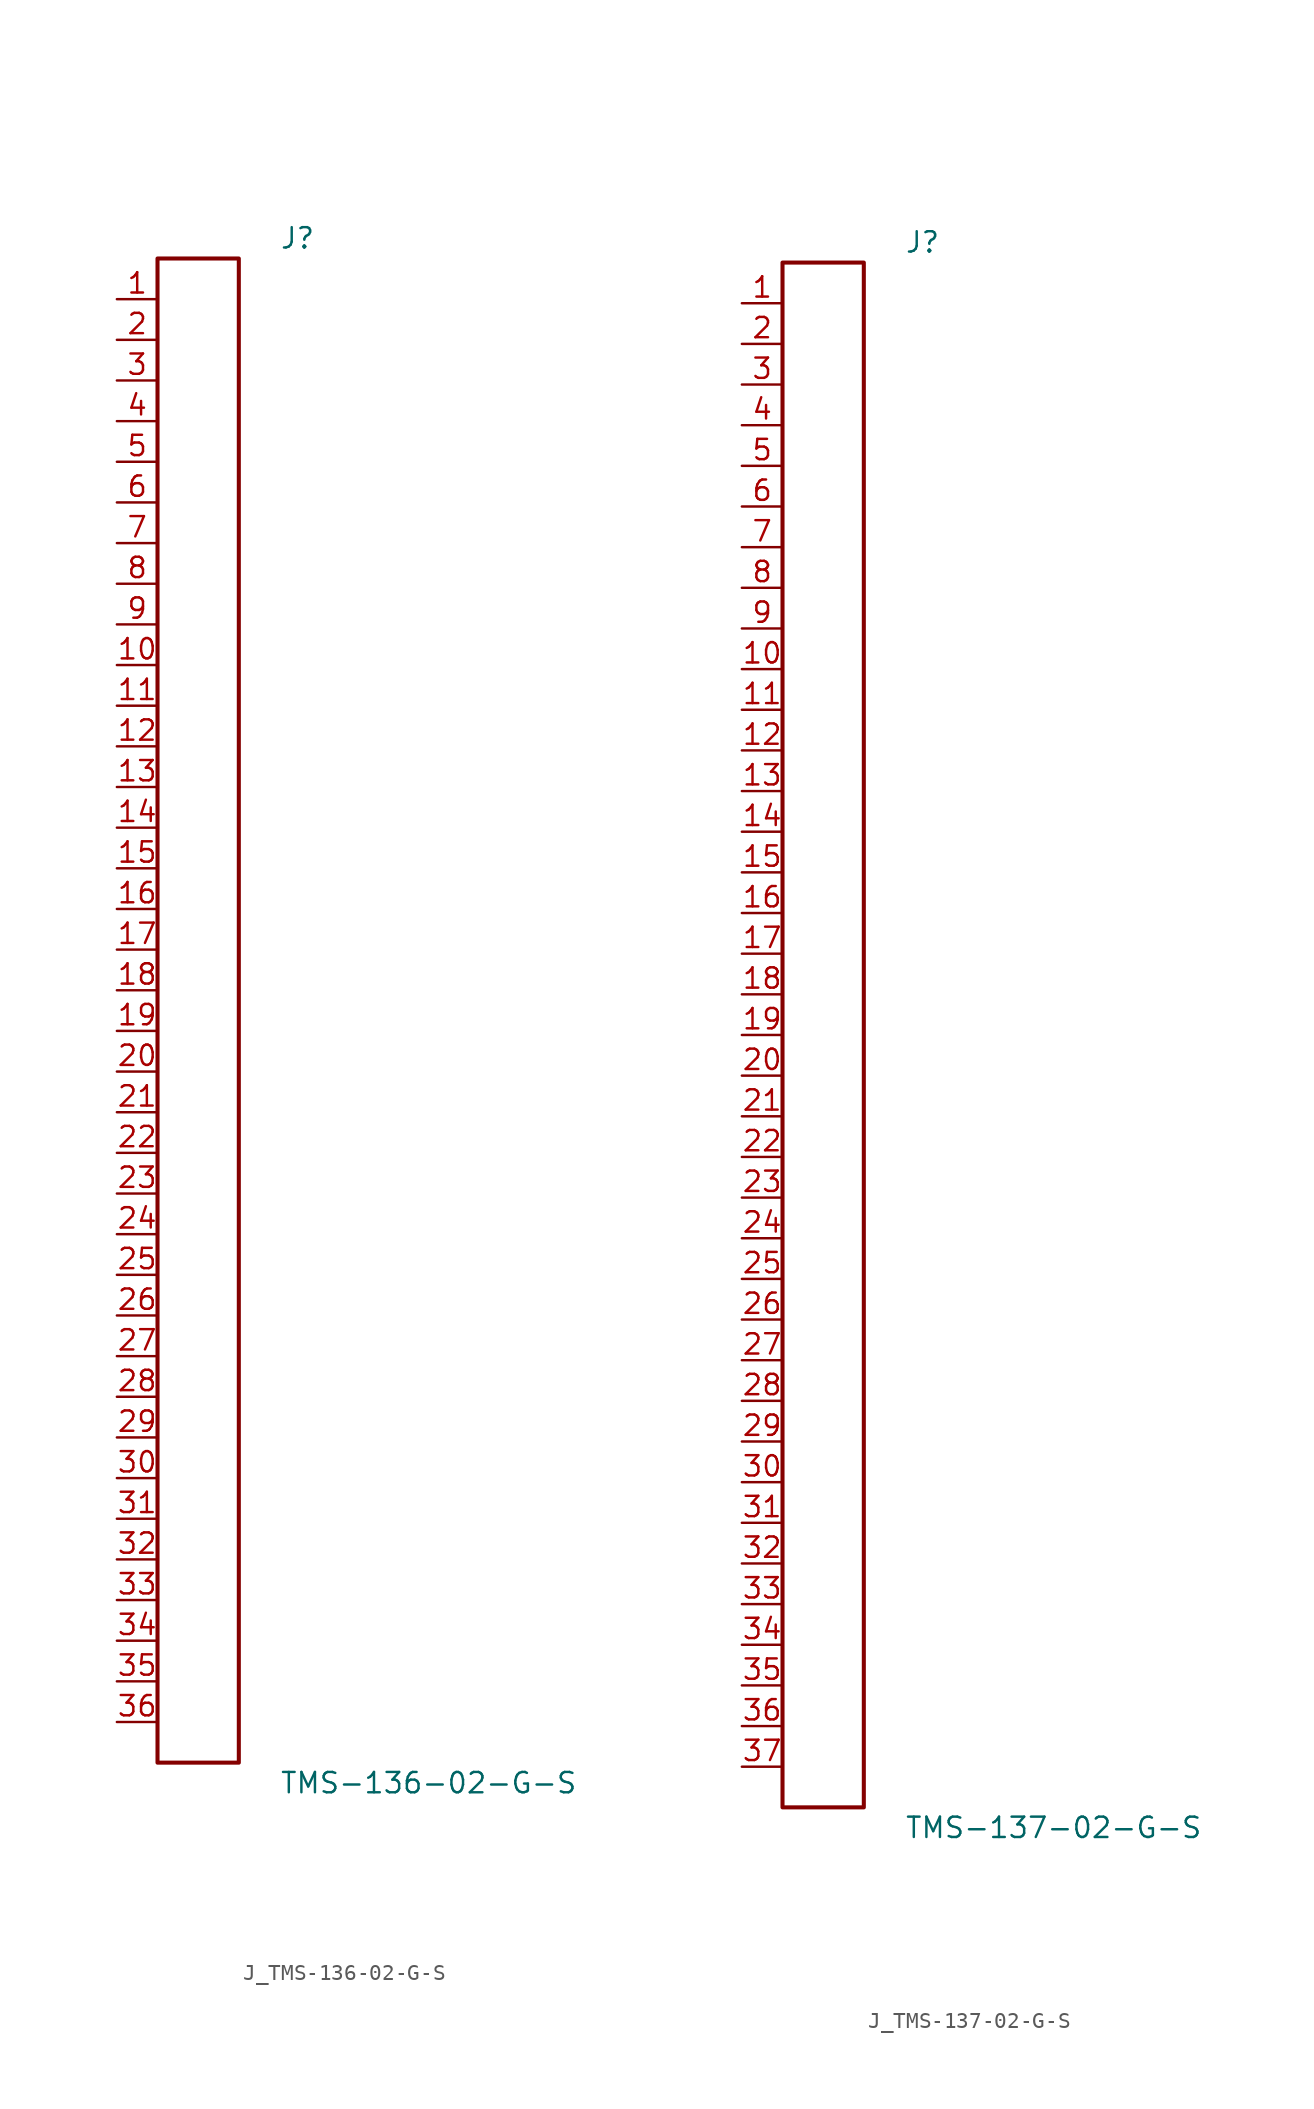
<source format=kicad_sym>
(kicad_symbol_lib
  (version 20231120)
  (generator kicad_symbol_editor)
  (generator_version 8.0)
  (symbol "J_TMS-136-02-G-S"
    (pin_names
      (offset 0.254))
    (property "Reference" "J"
      (at 5.08 48.26 0)
      (effects (font (size 1.27 1.27)) (justify left)))
    (property "Value" "TMS-136-02-G-S"
      (at 5.08 -48.26 0)
      (effects (font (size 1.27 1.27)) (justify left)))
    (symbol "J_TMS-136-02-G-S_0_0"
      (pin passive line (at -5.08 44.45 0) (length 2.54) (name "" (effects (font (size 1.27 1.27)))) (number "1" (effects (font (size 1.27 1.27)))))
      (pin passive line (at -5.08 41.91 0) (length 2.54) (name "" (effects (font (size 1.27 1.27)))) (number "2" (effects (font (size 1.27 1.27)))))
      (pin passive line (at -5.08 39.37 0) (length 2.54) (name "" (effects (font (size 1.27 1.27)))) (number "3" (effects (font (size 1.27 1.27)))))
      (pin passive line (at -5.08 36.83 0) (length 2.54) (name "" (effects (font (size 1.27 1.27)))) (number "4" (effects (font (size 1.27 1.27)))))
      (pin passive line (at -5.08 34.29 0) (length 2.54) (name "" (effects (font (size 1.27 1.27)))) (number "5" (effects (font (size 1.27 1.27)))))
      (pin passive line (at -5.08 31.75 0) (length 2.54) (name "" (effects (font (size 1.27 1.27)))) (number "6" (effects (font (size 1.27 1.27)))))
      (pin passive line (at -5.08 29.21 0) (length 2.54) (name "" (effects (font (size 1.27 1.27)))) (number "7" (effects (font (size 1.27 1.27)))))
      (pin passive line (at -5.08 26.67 0) (length 2.54) (name "" (effects (font (size 1.27 1.27)))) (number "8" (effects (font (size 1.27 1.27)))))
      (pin passive line (at -5.08 24.13 0) (length 2.54) (name "" (effects (font (size 1.27 1.27)))) (number "9" (effects (font (size 1.27 1.27)))))
      (pin passive line (at -5.08 21.59 0) (length 2.54) (name "" (effects (font (size 1.27 1.27)))) (number "10" (effects (font (size 1.27 1.27)))))
      (pin passive line (at -5.08 19.05 0) (length 2.54) (name "" (effects (font (size 1.27 1.27)))) (number "11" (effects (font (size 1.27 1.27)))))
      (pin passive line (at -5.08 16.51 0) (length 2.54) (name "" (effects (font (size 1.27 1.27)))) (number "12" (effects (font (size 1.27 1.27)))))
      (pin passive line (at -5.08 13.97 0) (length 2.54) (name "" (effects (font (size 1.27 1.27)))) (number "13" (effects (font (size 1.27 1.27)))))
      (pin passive line (at -5.08 11.43 0) (length 2.54) (name "" (effects (font (size 1.27 1.27)))) (number "14" (effects (font (size 1.27 1.27)))))
      (pin passive line (at -5.08 8.89 0) (length 2.54) (name "" (effects (font (size 1.27 1.27)))) (number "15" (effects (font (size 1.27 1.27)))))
      (pin passive line (at -5.08 6.35 0) (length 2.54) (name "" (effects (font (size 1.27 1.27)))) (number "16" (effects (font (size 1.27 1.27)))))
      (pin passive line (at -5.08 3.81 0) (length 2.54) (name "" (effects (font (size 1.27 1.27)))) (number "17" (effects (font (size 1.27 1.27)))))
      (pin passive line (at -5.08 1.27 0) (length 2.54) (name "" (effects (font (size 1.27 1.27)))) (number "18" (effects (font (size 1.27 1.27)))))
      (pin passive line (at -5.08 -1.27 0) (length 2.54) (name "" (effects (font (size 1.27 1.27)))) (number "19" (effects (font (size 1.27 1.27)))))
      (pin passive line (at -5.08 -3.81 0) (length 2.54) (name "" (effects (font (size 1.27 1.27)))) (number "20" (effects (font (size 1.27 1.27)))))
      (pin passive line (at -5.08 -6.35 0) (length 2.54) (name "" (effects (font (size 1.27 1.27)))) (number "21" (effects (font (size 1.27 1.27)))))
      (pin passive line (at -5.08 -8.89 0) (length 2.54) (name "" (effects (font (size 1.27 1.27)))) (number "22" (effects (font (size 1.27 1.27)))))
      (pin passive line (at -5.08 -11.43 0) (length 2.54) (name "" (effects (font (size 1.27 1.27)))) (number "23" (effects (font (size 1.27 1.27)))))
      (pin passive line (at -5.08 -13.97 0) (length 2.54) (name "" (effects (font (size 1.27 1.27)))) (number "24" (effects (font (size 1.27 1.27)))))
      (pin passive line (at -5.08 -16.51 0) (length 2.54) (name "" (effects (font (size 1.27 1.27)))) (number "25" (effects (font (size 1.27 1.27)))))
      (pin passive line (at -5.08 -19.05 0) (length 2.54) (name "" (effects (font (size 1.27 1.27)))) (number "26" (effects (font (size 1.27 1.27)))))
      (pin passive line (at -5.08 -21.59 0) (length 2.54) (name "" (effects (font (size 1.27 1.27)))) (number "27" (effects (font (size 1.27 1.27)))))
      (pin passive line (at -5.08 -24.13 0) (length 2.54) (name "" (effects (font (size 1.27 1.27)))) (number "28" (effects (font (size 1.27 1.27)))))
      (pin passive line (at -5.08 -26.67 0) (length 2.54) (name "" (effects (font (size 1.27 1.27)))) (number "29" (effects (font (size 1.27 1.27)))))
      (pin passive line (at -5.08 -29.21 0) (length 2.54) (name "" (effects (font (size 1.27 1.27)))) (number "30" (effects (font (size 1.27 1.27)))))
      (pin passive line (at -5.08 -31.75 0) (length 2.54) (name "" (effects (font (size 1.27 1.27)))) (number "31" (effects (font (size 1.27 1.27)))))
      (pin passive line (at -5.08 -34.29 0) (length 2.54) (name "" (effects (font (size 1.27 1.27)))) (number "32" (effects (font (size 1.27 1.27)))))
      (pin passive line (at -5.08 -36.83 0) (length 2.54) (name "" (effects (font (size 1.27 1.27)))) (number "33" (effects (font (size 1.27 1.27)))))
      (pin passive line (at -5.08 -39.37 0) (length 2.54) (name "" (effects (font (size 1.27 1.27)))) (number "34" (effects (font (size 1.27 1.27)))))
      (pin passive line (at -5.08 -41.91 0) (length 2.54) (name "" (effects (font (size 1.27 1.27)))) (number "35" (effects (font (size 1.27 1.27)))))
      (pin passive line (at -5.08 -44.45 0) (length 2.54) (name "" (effects (font (size 1.27 1.27)))) (number "36" (effects (font (size 1.27 1.27))))))
    (symbol "J_TMS-136-02-G-S_1_0"
      (rectangle (start -2.54 46.99) (end 2.54 -46.99) (stroke (width 0.254) (type solid)) (fill (type none)))))
  (symbol "J_TMS-137-02-G-S"
    (pin_names
      (offset 0.254))
    (property "Reference" "J"
      (at 5.08 49.53 0)
      (effects (font (size 1.27 1.27)) (justify left)))
    (property "Value" "TMS-137-02-G-S"
      (at 5.08 -49.53 0)
      (effects (font (size 1.27 1.27)) (justify left)))
    (symbol "J_TMS-137-02-G-S_0_0"
      (pin passive line (at -5.08 45.72 0) (length 2.54) (name "" (effects (font (size 1.27 1.27)))) (number "1" (effects (font (size 1.27 1.27)))))
      (pin passive line (at -5.08 43.18 0) (length 2.54) (name "" (effects (font (size 1.27 1.27)))) (number "2" (effects (font (size 1.27 1.27)))))
      (pin passive line (at -5.08 40.64 0) (length 2.54) (name "" (effects (font (size 1.27 1.27)))) (number "3" (effects (font (size 1.27 1.27)))))
      (pin passive line (at -5.08 38.1 0) (length 2.54) (name "" (effects (font (size 1.27 1.27)))) (number "4" (effects (font (size 1.27 1.27)))))
      (pin passive line (at -5.08 35.56 0) (length 2.54) (name "" (effects (font (size 1.27 1.27)))) (number "5" (effects (font (size 1.27 1.27)))))
      (pin passive line (at -5.08 33.02 0) (length 2.54) (name "" (effects (font (size 1.27 1.27)))) (number "6" (effects (font (size 1.27 1.27)))))
      (pin passive line (at -5.08 30.48 0) (length 2.54) (name "" (effects (font (size 1.27 1.27)))) (number "7" (effects (font (size 1.27 1.27)))))
      (pin passive line (at -5.08 27.94 0) (length 2.54) (name "" (effects (font (size 1.27 1.27)))) (number "8" (effects (font (size 1.27 1.27)))))
      (pin passive line (at -5.08 25.4 0) (length 2.54) (name "" (effects (font (size 1.27 1.27)))) (number "9" (effects (font (size 1.27 1.27)))))
      (pin passive line (at -5.08 22.86 0) (length 2.54) (name "" (effects (font (size 1.27 1.27)))) (number "10" (effects (font (size 1.27 1.27)))))
      (pin passive line (at -5.08 20.32 0) (length 2.54) (name "" (effects (font (size 1.27 1.27)))) (number "11" (effects (font (size 1.27 1.27)))))
      (pin passive line (at -5.08 17.78 0) (length 2.54) (name "" (effects (font (size 1.27 1.27)))) (number "12" (effects (font (size 1.27 1.27)))))
      (pin passive line (at -5.08 15.24 0) (length 2.54) (name "" (effects (font (size 1.27 1.27)))) (number "13" (effects (font (size 1.27 1.27)))))
      (pin passive line (at -5.08 12.7 0) (length 2.54) (name "" (effects (font (size 1.27 1.27)))) (number "14" (effects (font (size 1.27 1.27)))))
      (pin passive line (at -5.08 10.16 0) (length 2.54) (name "" (effects (font (size 1.27 1.27)))) (number "15" (effects (font (size 1.27 1.27)))))
      (pin passive line (at -5.08 7.62 0) (length 2.54) (name "" (effects (font (size 1.27 1.27)))) (number "16" (effects (font (size 1.27 1.27)))))
      (pin passive line (at -5.08 5.08 0) (length 2.54) (name "" (effects (font (size 1.27 1.27)))) (number "17" (effects (font (size 1.27 1.27)))))
      (pin passive line (at -5.08 2.54 0) (length 2.54) (name "" (effects (font (size 1.27 1.27)))) (number "18" (effects (font (size 1.27 1.27)))))
      (pin passive line (at -5.08 0.0 0) (length 2.54) (name "" (effects (font (size 1.27 1.27)))) (number "19" (effects (font (size 1.27 1.27)))))
      (pin passive line (at -5.08 -2.54 0) (length 2.54) (name "" (effects (font (size 1.27 1.27)))) (number "20" (effects (font (size 1.27 1.27)))))
      (pin passive line (at -5.08 -5.08 0) (length 2.54) (name "" (effects (font (size 1.27 1.27)))) (number "21" (effects (font (size 1.27 1.27)))))
      (pin passive line (at -5.08 -7.62 0) (length 2.54) (name "" (effects (font (size 1.27 1.27)))) (number "22" (effects (font (size 1.27 1.27)))))
      (pin passive line (at -5.08 -10.16 0) (length 2.54) (name "" (effects (font (size 1.27 1.27)))) (number "23" (effects (font (size 1.27 1.27)))))
      (pin passive line (at -5.08 -12.7 0) (length 2.54) (name "" (effects (font (size 1.27 1.27)))) (number "24" (effects (font (size 1.27 1.27)))))
      (pin passive line (at -5.08 -15.24 0) (length 2.54) (name "" (effects (font (size 1.27 1.27)))) (number "25" (effects (font (size 1.27 1.27)))))
      (pin passive line (at -5.08 -17.78 0) (length 2.54) (name "" (effects (font (size 1.27 1.27)))) (number "26" (effects (font (size 1.27 1.27)))))
      (pin passive line (at -5.08 -20.32 0) (length 2.54) (name "" (effects (font (size 1.27 1.27)))) (number "27" (effects (font (size 1.27 1.27)))))
      (pin passive line (at -5.08 -22.86 0) (length 2.54) (name "" (effects (font (size 1.27 1.27)))) (number "28" (effects (font (size 1.27 1.27)))))
      (pin passive line (at -5.08 -25.4 0) (length 2.54) (name "" (effects (font (size 1.27 1.27)))) (number "29" (effects (font (size 1.27 1.27)))))
      (pin passive line (at -5.08 -27.94 0) (length 2.54) (name "" (effects (font (size 1.27 1.27)))) (number "30" (effects (font (size 1.27 1.27)))))
      (pin passive line (at -5.08 -30.48 0) (length 2.54) (name "" (effects (font (size 1.27 1.27)))) (number "31" (effects (font (size 1.27 1.27)))))
      (pin passive line (at -5.08 -33.02 0) (length 2.54) (name "" (effects (font (size 1.27 1.27)))) (number "32" (effects (font (size 1.27 1.27)))))
      (pin passive line (at -5.08 -35.56 0) (length 2.54) (name "" (effects (font (size 1.27 1.27)))) (number "33" (effects (font (size 1.27 1.27)))))
      (pin passive line (at -5.08 -38.1 0) (length 2.54) (name "" (effects (font (size 1.27 1.27)))) (number "34" (effects (font (size 1.27 1.27)))))
      (pin passive line (at -5.08 -40.64 0) (length 2.54) (name "" (effects (font (size 1.27 1.27)))) (number "35" (effects (font (size 1.27 1.27)))))
      (pin passive line (at -5.08 -43.18 0) (length 2.54) (name "" (effects (font (size 1.27 1.27)))) (number "36" (effects (font (size 1.27 1.27)))))
      (pin passive line (at -5.08 -45.72 0) (length 2.54) (name "" (effects (font (size 1.27 1.27)))) (number "37" (effects (font (size 1.27 1.27))))))
    (symbol "J_TMS-137-02-G-S_1_0"
      (rectangle (start -2.54 48.26) (end 2.54 -48.26) (stroke (width 0.254) (type solid)) (fill (type none))))))
</source>
